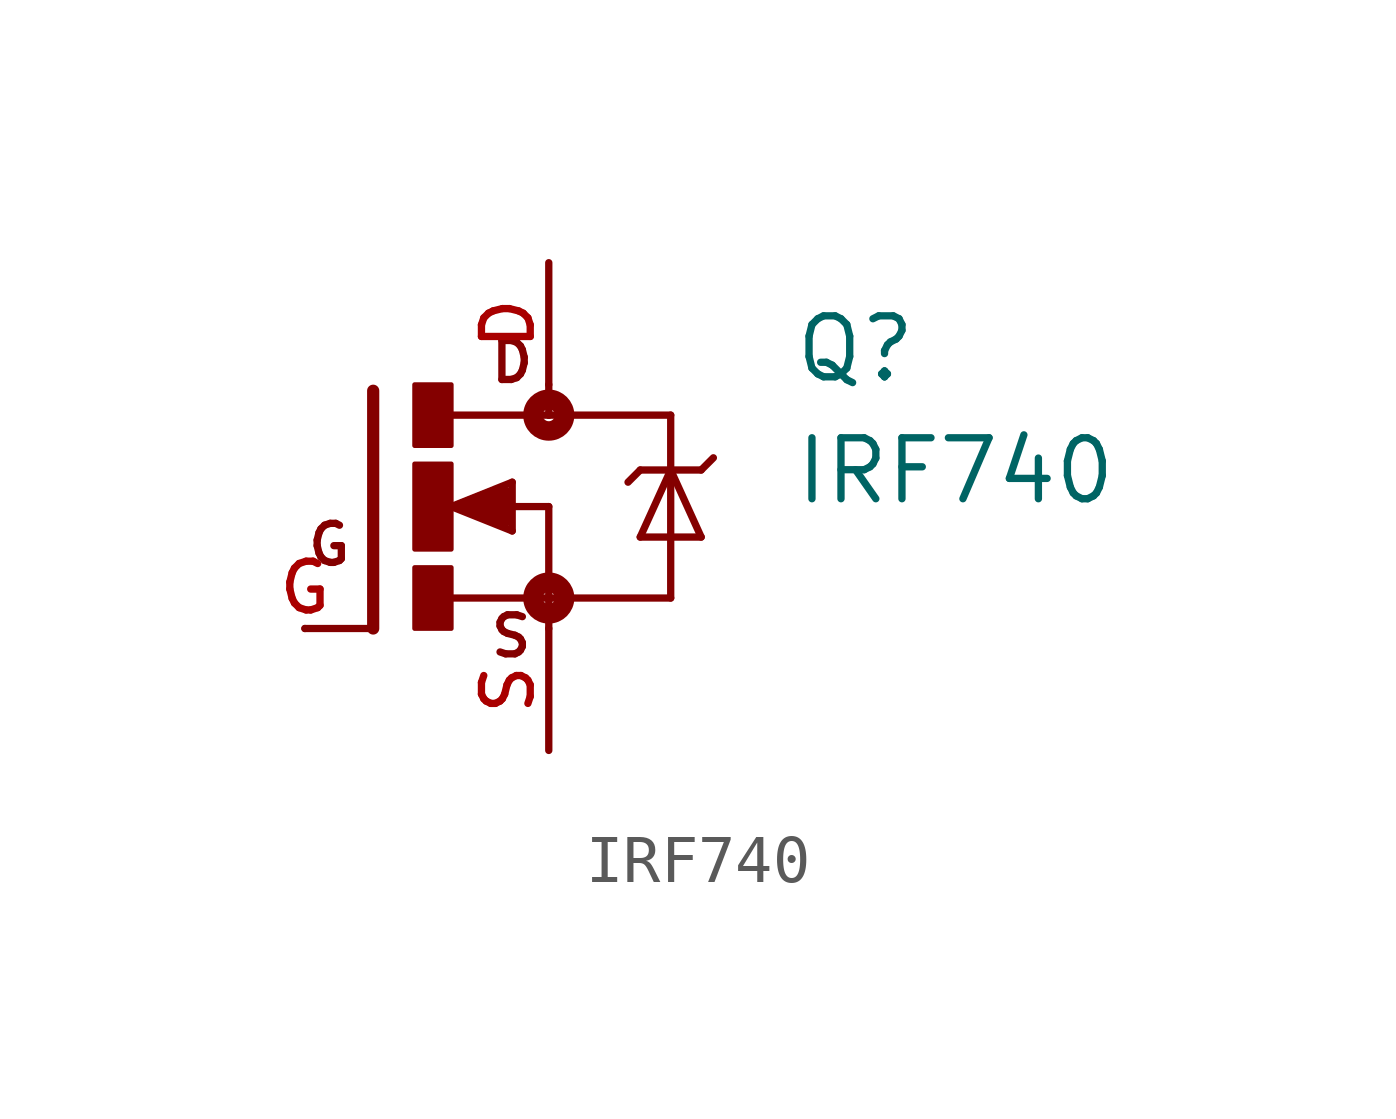
<source format=kicad_sym>
(kicad_symbol_lib
  (version 20211014)
  (generator kicad_symbol_editor)
  (symbol "IRF740"
    (pin_names
      (offset 1.016))
    (property "Reference" "Q"
      (at 7.62 2.54 0)
      (effects (font (size 1.27 1.27)) (justify bottom left)))
    (property "Value" "IRF740"
      (at 7.62 0.0 0)
      (effects (font (size 1.27 1.27)) (justify bottom left)))
    (symbol "IRF740_0_0"
      (polyline (pts (xy -1.118 2.413) (xy -1.118 -2.54)) (stroke (width 0.254)))
      (polyline (pts (xy -1.118 -2.54) (xy -2.54 -2.54)) (stroke (width 0.152)))
      (polyline (pts (xy 2.54 1.905) (xy 0.533 1.905)) (stroke (width 0.152)))
      (polyline (pts (xy 2.54 0.0) (xy 2.54 -1.905)) (stroke (width 0.152)))
      (polyline (pts (xy 0.508 -1.905) (xy 2.54 -1.905)) (stroke (width 0.152)))
      (polyline (pts (xy 2.54 2.54) (xy 2.54 1.905)) (stroke (width 0.152)))
      (polyline (pts (xy 2.54 1.905) (xy 5.08 1.905)) (stroke (width 0.152)))
      (polyline (pts (xy 5.08 1.905) (xy 5.08 0.762)) (stroke (width 0.152)))
      (polyline (pts (xy 5.08 0.762) (xy 5.08 -1.905)) (stroke (width 0.152)))
      (polyline (pts (xy 5.08 -1.905) (xy 2.54 -1.905)) (stroke (width 0.152)))
      (polyline (pts (xy 2.54 -1.905) (xy 2.54 -2.54)) (stroke (width 0.152)))
      (polyline (pts (xy 5.08 0.762) (xy 4.445 -0.635)) (stroke (width 0.152)))
      (polyline (pts (xy 4.445 -0.635) (xy 5.715 -0.635)) (stroke (width 0.152)))
      (polyline (pts (xy 5.715 -0.635) (xy 5.08 0.762)) (stroke (width 0.152)))
      (polyline (pts (xy 4.445 0.762) (xy 5.08 0.762)) (stroke (width 0.152)))
      (polyline (pts (xy 5.08 0.762) (xy 5.715 0.762)) (stroke (width 0.152)))
      (polyline (pts (xy 5.715 0.762) (xy 5.969 1.016)) (stroke (width 0.152)))
      (polyline (pts (xy 4.445 0.762) (xy 4.191 0.508)) (stroke (width 0.152)))
      (polyline (pts (xy 0.508 0.0) (xy 1.778 -0.508)) (stroke (width 0.152)))
      (polyline (pts (xy 1.778 -0.508) (xy 1.778 0.508)) (stroke (width 0.152)))
      (polyline (pts (xy 1.778 0.508) (xy 0.508 0.0)) (stroke (width 0.152)))
      (polyline (pts (xy 1.651 0.0) (xy 2.54 0.0)) (stroke (width 0.152)))
      (polyline (pts (xy 1.651 0.254) (xy 0.762 0.0)) (stroke (width 0.305)))
      (polyline (pts (xy 0.762 0.0) (xy 1.651 -0.254)) (stroke (width 0.305)))
      (polyline (pts (xy 1.651 -0.254) (xy 1.651 0.0)) (stroke (width 0.305)))
      (polyline (pts (xy 1.651 0.0) (xy 1.397 0.0)) (stroke (width 0.305)))
      (circle (center 2.54 -1.905) (radius 0.127) (stroke (width 0.406)) (fill (type none)))
      (circle (center 2.54 1.905) (radius 0.127) (stroke (width 0.406)) (fill (type none)))
      (text "D" (at 1.27 2.54 0) (effects (font (size 0.813 0.813)) (justify bottom left)))
      (text "S" (at 1.27 -3.175 0) (effects (font (size 0.813 0.813)) (justify bottom left)))
      (text "G" (at -2.54 -1.27 0) (effects (font (size 0.813 0.813)) (justify bottom left)))
      (rectangle (start -0.254 -2.54) (end 0.508 -1.27) (stroke (width 0.1)) (fill (type outline)))
      (rectangle (start -0.254 1.27) (end 0.508 2.54) (stroke (width 0.1)) (fill (type outline)))
      (rectangle (start -0.254 -0.889) (end 0.508 0.889) (stroke (width 0.1)) (fill (type outline)))
      (pin passive line (at -2.54 -2.54 0) (length 0) (name "~" (effects (font (size 1.016 1.016)))) (number "G" (effects (font (size 1.016 1.016)))))
      (pin passive line (at 2.54 5.08 270.0) (length 2.54) (name "~" (effects (font (size 1.016 1.016)))) (number "D" (effects (font (size 1.016 1.016)))))
      (pin passive line (at 2.54 -5.08 90.0) (length 2.54) (name "~" (effects (font (size 1.016 1.016)))) (number "S" (effects (font (size 1.016 1.016))))))))
</source>
